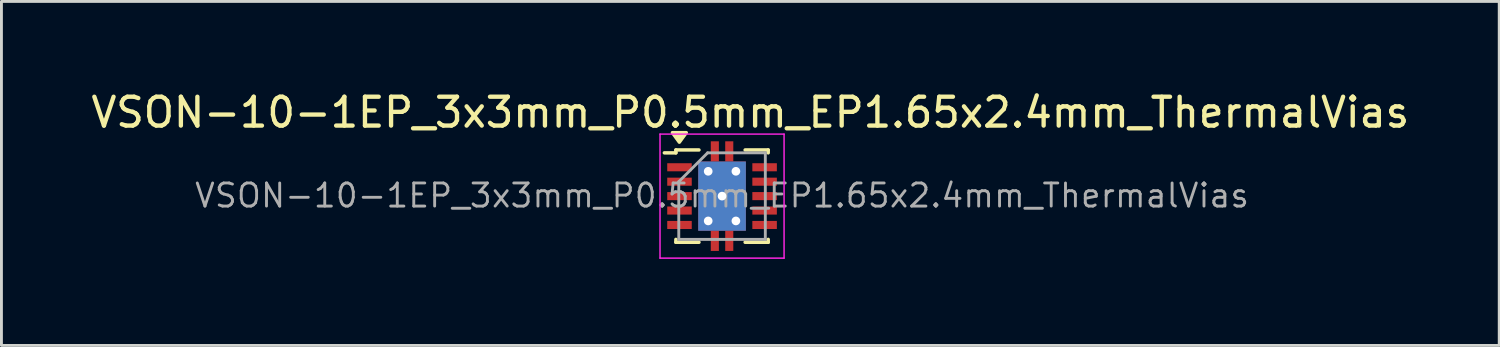
<source format=kicad_pcb>
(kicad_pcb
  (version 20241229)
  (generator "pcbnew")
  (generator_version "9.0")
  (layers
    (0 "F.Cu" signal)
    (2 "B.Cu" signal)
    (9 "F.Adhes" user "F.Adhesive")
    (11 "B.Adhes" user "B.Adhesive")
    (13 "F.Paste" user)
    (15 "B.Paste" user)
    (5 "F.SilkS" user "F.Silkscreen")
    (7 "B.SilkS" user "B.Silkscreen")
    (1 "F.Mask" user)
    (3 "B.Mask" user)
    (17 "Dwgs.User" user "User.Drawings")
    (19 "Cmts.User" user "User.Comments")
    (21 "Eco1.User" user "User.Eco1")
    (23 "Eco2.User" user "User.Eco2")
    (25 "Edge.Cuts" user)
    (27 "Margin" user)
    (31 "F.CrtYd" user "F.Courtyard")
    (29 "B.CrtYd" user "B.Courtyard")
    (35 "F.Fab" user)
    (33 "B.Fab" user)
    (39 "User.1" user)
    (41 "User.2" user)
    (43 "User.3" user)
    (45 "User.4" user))
  (footprint "VSON-10-1EP_3x3mm_P0.5mm_EP1.65x2.4mm_ThermalVias"
    (layer "F.Cu")
    (at 21.978 3.748)
    (property "Reference" "VSON-10-1EP_3x3mm_P0.5mm_EP1.65x2.4mm_ThermalVias" (at 0.98 -2.9 0) (layer "F.SilkS") (effects (font (size 1 1) (thickness 0.15))))
    (attr smd)
    (fp_line (start -1.6 -1.6) (end -1.6 -1.5) (stroke (width 0.12) (type solid)) (layer "F.SilkS"))
    (fp_line (start -1.6 -1.5) (end -2 -1.5) (stroke (width 0.12) (type solid)) (layer "F.SilkS"))
    (fp_line (start -1.6 1.5) (end -1.6 1.6) (stroke (width 0.12) (type solid)) (layer "F.SilkS"))
    (fp_line (start -1.6 1.6) (end -0.8 1.6) (stroke (width 0.12) (type solid)) (layer "F.SilkS"))
    (fp_line (start -0.8 -1.6) (end -1.6 -1.6) (stroke (width 0.12) (type solid)) (layer "F.SilkS"))
    (fp_line (start 0.8 -1.6) (end 1.6 -1.6) (stroke (width 0.12) (type solid)) (layer "F.SilkS"))
    (fp_line (start 0.8 1.6) (end 1.6 1.6) (stroke (width 0.12) (type solid)) (layer "F.SilkS"))
    (fp_line (start 1.6 -1.6) (end 1.6 -1.5) (stroke (width 0.12) (type solid)) (layer "F.SilkS"))
    (fp_line (start 1.6 1.6) (end 1.6 1.5) (stroke (width 0.12) (type solid)) (layer "F.SilkS"))
    (fp_poly (pts (xy -1.48 -1.87) (xy -1.72 -2.2) (xy -1.24 -2.2) (xy -1.48 -1.87)) (stroke (width 0.12) (type solid)) (fill yes) (layer "F.SilkS"))
    (fp_line (start -2.15 -2.15) (end 2.15 -2.15) (stroke (width 0.05) (type solid)) (layer "F.CrtYd"))
    (fp_line (start -2.15 2.15) (end -2.15 -2.15) (stroke (width 0.05) (type solid)) (layer "F.CrtYd"))
    (fp_line (start 2.15 -2.15) (end 2.15 2.15) (stroke (width 0.05) (type solid)) (layer "F.CrtYd"))
    (fp_line (start 2.15 2.15) (end -2.15 2.15) (stroke (width 0.05) (type solid)) (layer "F.CrtYd"))
    (fp_line (start -1.5 -0.5) (end -1.5 1.5) (stroke (width 0.1) (type solid)) (layer "F.Fab"))
    (fp_line (start -1.5 -0.5) (end -0.5 -1.5) (stroke (width 0.1) (type solid)) (layer "F.Fab"))
    (fp_line (start -1.5 1.5) (end 1.5 1.5) (stroke (width 0.1) (type solid)) (layer "F.Fab"))
    (fp_line (start -0.5 -1.5) (end 1.5 -1.5) (stroke (width 0.1) (type solid)) (layer "F.Fab"))
    (fp_line (start 1.5 -1.5) (end 1.5 1.5) (stroke (width 0.1) (type solid)) (layer "F.Fab"))
    (fp_text user "${REFERENCE}" (at 0 -0.02 0) (layer "F.Fab") (effects (font (size 0.8 0.8) (thickness 0.1))))
    (pad "" smd rect (at -0.48 -0.86) (size 0.64 0.64) (layers "F.Paste"))
    (pad "" smd rect (at -0.48 0) (size 0.64 0.64) (layers "F.Paste"))
    (pad "" smd rect (at -0.48 0.86) (size 0.64 0.64) (layers "F.Paste"))
    (pad "" smd rect (at 0.48 -0.86) (size 0.64 0.64) (layers "F.Paste"))
    (pad "" smd rect (at 0.48 0) (size 0.64 0.64) (layers "F.Paste"))
    (pad "" smd rect (at 0.48 0.86) (size 0.64 0.64) (layers "F.Paste"))
    (pad "1" smd rect (at -1.475 -1) (size 0.85 0.28) (layers "F.Cu" "F.Mask" "F.Paste"))
    (pad "2" smd rect (at -1.475 -0.5) (size 0.85 0.28) (layers "F.Cu" "F.Mask" "F.Paste"))
    (pad "3" smd rect (at -1.475 0) (size 0.85 0.28) (layers "F.Cu" "F.Mask" "F.Paste"))
    (pad "4" smd rect (at -1.475 0.5) (size 0.85 0.28) (layers "F.Cu" "F.Mask" "F.Paste"))
    (pad "5" smd rect (at -1.475 1) (size 0.85 0.28) (layers "F.Cu" "F.Mask" "F.Paste"))
    (pad "6" smd rect (at 1.475 1) (size 0.85 0.28) (layers "F.Cu" "F.Mask" "F.Paste"))
    (pad "7" smd rect (at 1.475 0.5) (size 0.85 0.28) (layers "F.Cu" "F.Mask" "F.Paste"))
    (pad "8" smd rect (at 1.475 0) (size 0.85 0.28) (layers "F.Cu" "F.Mask" "F.Paste"))
    (pad "9" smd rect (at 1.475 -0.5) (size 0.85 0.28) (layers "F.Cu" "F.Mask" "F.Paste"))
    (pad "10" smd rect (at 1.475 -1) (size 0.85 0.28) (layers "F.Cu" "F.Mask" "F.Paste"))
    (pad "11" thru_hole circle (at -0.48 -0.86) (size 0.6 0.6) (drill 0.3) (layers "*.Cu"))
    (pad "11" thru_hole circle (at -0.48 0.86) (size 0.6 0.6) (drill 0.3) (layers "*.Cu"))
    (pad "11" smd rect (at -0.25 -1.55) (size 0.28 0.7) (layers "F.Cu" "F.Mask" "F.Paste"))
    (pad "11" smd rect (at -0.25 1.55) (size 0.28 0.7) (layers "F.Cu" "F.Mask" "F.Paste"))
    (pad "11" thru_hole circle (at 0 0) (size 0.6 0.6) (drill 0.3) (layers "*.Cu"))
    (pad "11" smd rect (at 0 0) (size 1.65 2.4) (layers "F.Cu" "F.Mask"))
    (pad "11" smd rect (at 0 0) (size 1.65 2.4) (layers "B.Cu"))
    (pad "11" smd rect (at 0.25 -1.55) (size 0.28 0.7) (layers "F.Cu" "F.Mask" "F.Paste"))
    (pad "11" smd rect (at 0.25 1.55) (size 0.28 0.7) (layers "F.Cu" "F.Mask" "F.Paste"))
    (pad "11" thru_hole circle (at 0.48 -0.86) (size 0.6 0.6) (drill 0.3) (layers "*.Cu"))
    (pad "11" thru_hole circle (at 0.48 0.86) (size 0.6 0.6) (drill 0.3) (layers "*.Cu")))
  (gr_rect
    (start -3 -3)
    (end 48.917 8.923)
    (stroke (width 0.1) (type default))
    (fill no)
    (layer "Edge.Cuts")))
</source>
